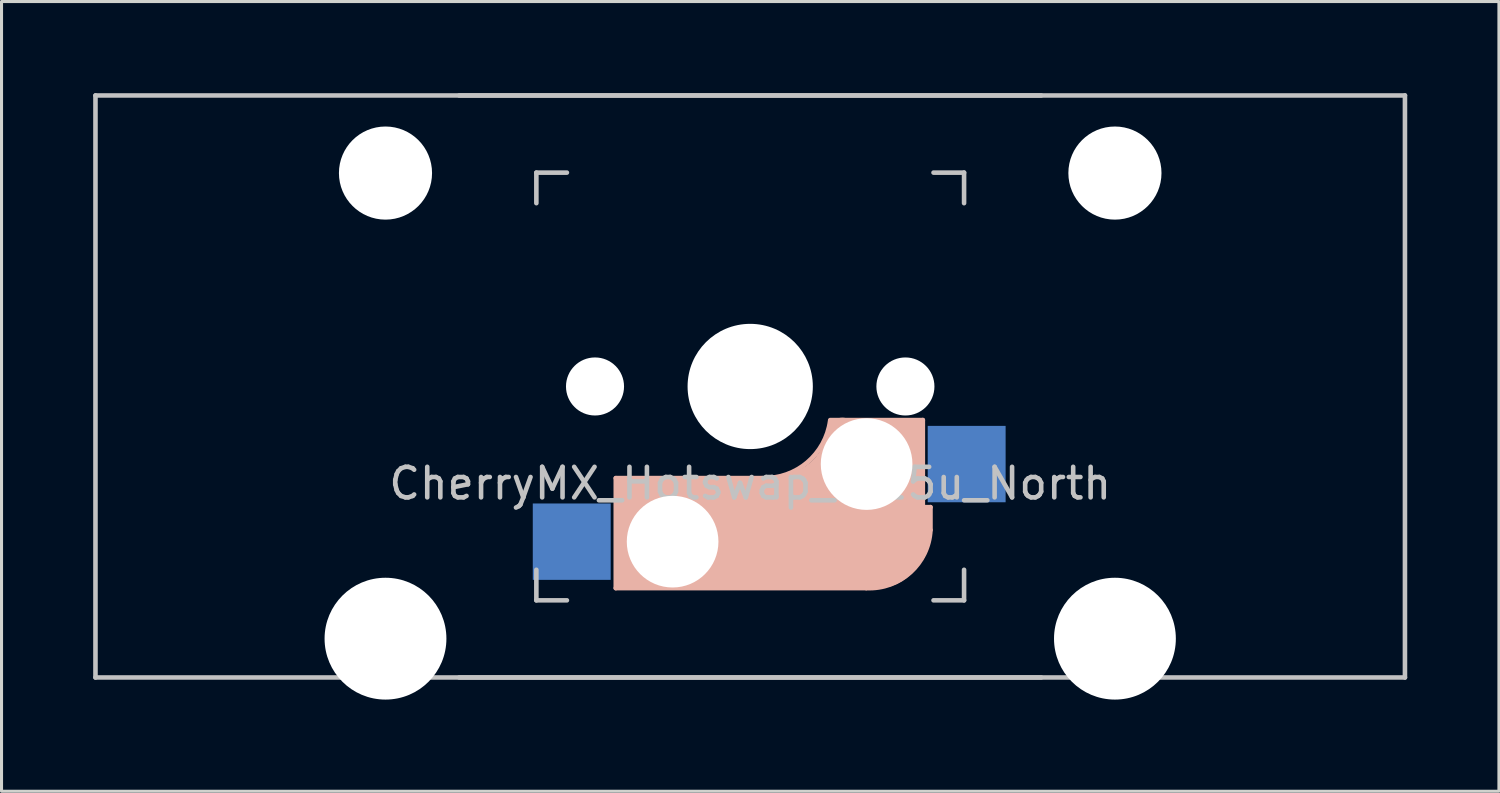
<source format=kicad_pcb>
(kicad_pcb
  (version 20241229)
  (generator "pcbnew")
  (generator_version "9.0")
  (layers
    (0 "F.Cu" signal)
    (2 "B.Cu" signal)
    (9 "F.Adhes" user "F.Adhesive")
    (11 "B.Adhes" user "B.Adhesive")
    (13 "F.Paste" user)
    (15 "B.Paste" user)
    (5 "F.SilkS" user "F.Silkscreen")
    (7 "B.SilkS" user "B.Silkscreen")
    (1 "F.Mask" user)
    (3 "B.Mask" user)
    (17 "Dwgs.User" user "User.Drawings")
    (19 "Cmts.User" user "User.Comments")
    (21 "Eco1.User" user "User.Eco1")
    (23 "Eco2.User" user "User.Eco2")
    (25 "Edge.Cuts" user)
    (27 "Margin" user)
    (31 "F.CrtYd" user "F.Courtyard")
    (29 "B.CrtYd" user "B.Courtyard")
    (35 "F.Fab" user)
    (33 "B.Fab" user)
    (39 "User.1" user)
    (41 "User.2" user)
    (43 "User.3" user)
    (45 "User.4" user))
  (footprint "CherryMX_Hotswap_2.25u_North"
    (layer "F.Cu")
    (at 21.506 9.6)
    (property "Reference" "CherryMX_Hotswap_2.25u_North" (at 0 3.175 0) (layer "Dwgs.User") (effects (font (size 1 1) (thickness 0.15))))
    (attr through_hole)
    (fp_line (start -4.4 3) (end -4.4 6.6) (stroke (width 0.15) (type solid)) (layer "B.SilkS"))
    (fp_line (start -4.4 6.6) (end 3.8 6.6) (stroke (width 0.15) (type solid)) (layer "B.SilkS"))
    (fp_line (start -4.38 4) (end -4.38 6.25) (stroke (width 0.15) (type solid)) (layer "B.SilkS"))
    (fp_line (start -4.25 6.4) (end -3 6.4) (stroke (width 0.4) (type solid)) (layer "B.SilkS"))
    (fp_line (start -4.2 3.25) (end -2.9 3.3) (stroke (width 0.5) (type solid)) (layer "B.SilkS"))
    (fp_line (start -3.9 6) (end -3.9 3.5) (stroke (width 1) (type solid)) (layer "B.SilkS"))
    (fp_line (start -2.6 4.8) (end 4.1 4.8) (stroke (width 3.5) (type solid)) (layer "B.SilkS"))
    (fp_line (start 0.4 3) (end -4.4 3) (stroke (width 0.15) (type solid)) (layer "B.SilkS"))
    (fp_line (start 4.17 5.1) (end 4.17 2.86) (stroke (width 3) (type solid)) (layer "B.SilkS"))
    (fp_line (start 5.3 1.6) (end 5.3 3.4) (stroke (width 0.8) (type solid)) (layer "B.SilkS"))
    (fp_line (start 5.45 1.3) (end 3 1.3) (stroke (width 0.5) (type solid)) (layer "B.SilkS"))
    (fp_line (start 5.65 1.1) (end 2.62 1.1) (stroke (width 0.15) (type solid)) (layer "B.SilkS"))
    (fp_line (start 5.65 5.55) (end 5.65 1.1) (stroke (width 0.15) (type solid)) (layer "B.SilkS"))
    (fp_line (start 5.8 4.05) (end 5.8 4.7) (stroke (width 0.3) (type solid)) (layer "B.SilkS"))
    (fp_line (start 5.9 3.95) (end 5.7 3.95) (stroke (width 0.15) (type solid)) (layer "B.SilkS"))
    (fp_line (start 5.9 4.7) (end 5.9 3.95) (stroke (width 0.15) (type solid)) (layer "B.SilkS"))
    (fp_arc (start 2.616318 1.121471) (mid 1.868709 2.486118) (end 0.4 3) (stroke (width 0.15) (type solid)) (layer "B.SilkS"))
    (fp_arc (start 3.016318 1.521471) (mid 2.268709 2.886118) (end 0.8 3.4) (stroke (width 1) (type solid)) (layer "B.SilkS"))
    (fp_arc (start 5.9 4.699999) (mid 5.243504 6.084924) (end 3.800001 6.6) (stroke (width 0.15) (type solid)) (layer "B.SilkS"))
    (fp_line (start -21.431 -9.525) (end 21.431 -9.525) (stroke (width 0.15) (type solid)) (layer "Dwgs.User"))
    (fp_line (start -21.431 9.525) (end -21.431 -9.525) (stroke (width 0.15) (type solid)) (layer "Dwgs.User"))
    (fp_line (start -21.431 9.525) (end 21.431 9.525) (stroke (width 0.15) (type solid)) (layer "Dwgs.User"))
    (fp_line (start -9.525 -9.525) (end 9.525 -9.525) (stroke (width 0.15) (type solid)) (layer "Dwgs.User"))
    (fp_line (start -7 -7) (end -7 -6) (stroke (width 0.15) (type solid)) (layer "Dwgs.User"))
    (fp_line (start -7 7) (end -7 6) (stroke (width 0.15) (type solid)) (layer "Dwgs.User"))
    (fp_line (start -7 7) (end -6 7) (stroke (width 0.15) (type solid)) (layer "Dwgs.User"))
    (fp_line (start -6 -7) (end -7 -7) (stroke (width 0.15) (type solid)) (layer "Dwgs.User"))
    (fp_line (start 7 -7) (end 6 -7) (stroke (width 0.15) (type solid)) (layer "Dwgs.User"))
    (fp_line (start 7 -6) (end 7 -7) (stroke (width 0.15) (type solid)) (layer "Dwgs.User"))
    (fp_line (start 7 6) (end 7 7) (stroke (width 0.15) (type solid)) (layer "Dwgs.User"))
    (fp_line (start 7 7) (end 6 7) (stroke (width 0.15) (type solid)) (layer "Dwgs.User"))
    (fp_line (start 9.525 9.525) (end -9.525 9.525) (stroke (width 0.15) (type solid)) (layer "Dwgs.User"))
    (fp_line (start 21.431 -9.525) (end 21.431 9.525) (stroke (width 0.15) (type solid)) (layer "Dwgs.User"))
    (pad "" np_thru_hole circle (at -11.938 -6.985) (size 3.048 3.048) (drill 3.048) (layers "*.Cu" "*.Mask"))
    (pad "" np_thru_hole circle (at -11.938 8.255) (size 3.988 3.988) (drill 3.988) (layers "*.Cu" "*.Mask"))
    (pad "" np_thru_hole circle (at -5.08 0 48.1) (size 1.75 1.75) (drill 1.75) (layers "*.Cu" "*.Mask"))
    (pad "" np_thru_hole circle (at -5.08 0 180) (size 1.9 1.9) (drill 1.9) (layers "*.Cu" "*.Mask"))
    (pad "" np_thru_hole circle (at -2.54 5.08 180) (size 3 3) (drill 3) (layers "*.Cu" "*.Mask"))
    (pad "" np_thru_hole circle (at 0 0) (size 3.988 3.988) (drill 3.988) (layers "*.Cu" "*.Mask"))
    (pad "" np_thru_hole circle (at 0 0 180) (size 4.1 4.1) (drill 4.1) (layers "*.Cu" "*.Mask"))
    (pad "" np_thru_hole circle (at 3.81 2.54 180) (size 3 3) (drill 3) (layers "*.Cu" "*.Mask"))
    (pad "" np_thru_hole circle (at 5.08 0 48.1) (size 1.75 1.75) (drill 1.75) (layers "*.Cu" "*.Mask"))
    (pad "" np_thru_hole circle (at 5.08 0 180) (size 1.9 1.9) (drill 1.9) (layers "*.Cu" "*.Mask"))
    (pad "" np_thru_hole circle (at 11.938 -6.985) (size 3.048 3.048) (drill 3.048) (layers "*.Cu" "*.Mask"))
    (pad "" np_thru_hole circle (at 11.938 8.255) (size 3.988 3.988) (drill 3.988) (layers "*.Cu" "*.Mask"))
    (pad "1" smd rect (at 7.085 2.54) (size 2.55 2.5) (layers "B.Cu" "B.Mask" "B.Paste"))
    (pad "2" smd rect (at -5.842 5.08) (size 2.55 2.5) (layers "B.Cu" "B.Mask" "B.Paste")))
  (gr_rect
    (start -3 -3)
    (end 46.013 22.849)
    (stroke (width 0.1) (type default))
    (fill no)
    (layer "Edge.Cuts")))
</source>
